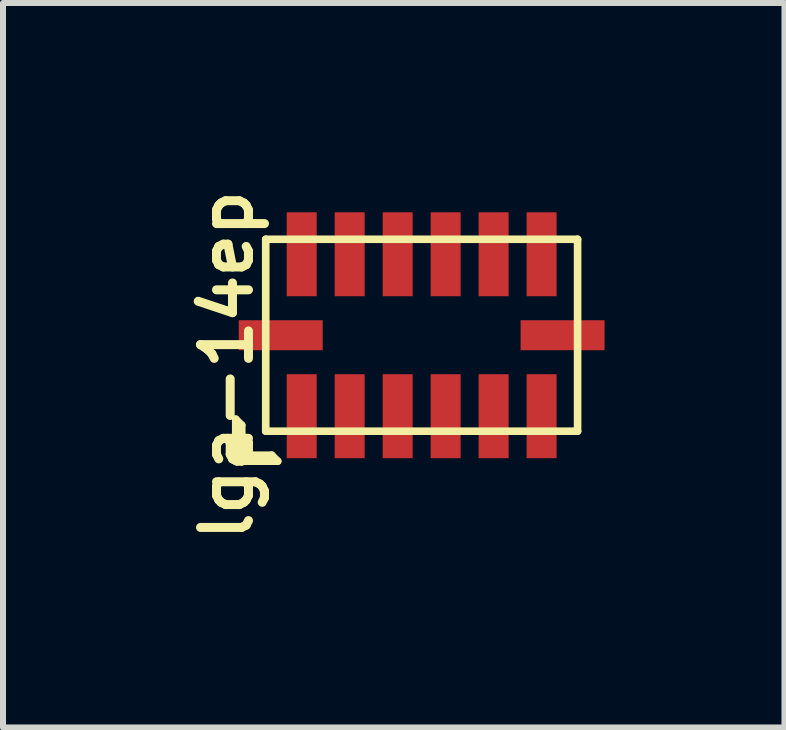
<source format=kicad_pcb>
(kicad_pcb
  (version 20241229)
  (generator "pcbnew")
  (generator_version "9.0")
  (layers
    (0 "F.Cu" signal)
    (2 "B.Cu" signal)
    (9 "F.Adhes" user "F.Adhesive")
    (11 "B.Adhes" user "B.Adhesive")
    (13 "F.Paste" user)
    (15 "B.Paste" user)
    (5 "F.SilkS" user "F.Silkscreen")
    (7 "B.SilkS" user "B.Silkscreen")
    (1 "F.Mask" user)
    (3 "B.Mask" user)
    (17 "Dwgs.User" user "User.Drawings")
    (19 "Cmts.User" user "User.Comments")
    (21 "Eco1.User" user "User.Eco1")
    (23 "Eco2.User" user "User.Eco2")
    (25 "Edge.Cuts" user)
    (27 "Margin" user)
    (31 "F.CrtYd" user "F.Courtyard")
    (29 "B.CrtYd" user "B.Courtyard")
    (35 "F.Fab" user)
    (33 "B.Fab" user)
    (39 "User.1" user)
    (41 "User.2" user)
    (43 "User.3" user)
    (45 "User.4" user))
  (footprint "lga-14ep"
    (layer "F.Cu")
    (at 3.981 2.54)
    (property "Reference" "lga-14ep" (at -3.25 0.5 90) (layer "F.SilkS") (effects (font (size 0.8 0.8) (thickness 0.15))))
    (attr through_hole)
    (fp_line (start -3.1 1.4) (end -3 1.5) (stroke (width 0.127) (type solid)) (layer "F.SilkS"))
    (fp_line (start -3.1 2.1) (end -3.1 1.4) (stroke (width 0.127) (type solid)) (layer "F.SilkS"))
    (fp_line (start -3 1.5) (end -3 2) (stroke (width 0.127) (type solid)) (layer "F.SilkS"))
    (fp_line (start -3 2) (end -2.5 2) (stroke (width 0.127) (type solid)) (layer "F.SilkS"))
    (fp_line (start -2.6 -1.6) (end 2.6 -1.6) (stroke (width 0.127) (type solid)) (layer "F.SilkS"))
    (fp_line (start -2.6 1.6) (end -2.6 -1.6) (stroke (width 0.127) (type solid)) (layer "F.SilkS"))
    (fp_line (start -2.5 2) (end -2.4 2.1) (stroke (width 0.127) (type solid)) (layer "F.SilkS"))
    (fp_line (start -2.4 2.1) (end -3.1 2.1) (stroke (width 0.127) (type solid)) (layer "F.SilkS"))
    (fp_line (start 2.6 -1.6) (end 2.6 1.6) (stroke (width 0.127) (type solid)) (layer "F.SilkS"))
    (fp_line (start 2.6 1.6) (end -2.6 1.6) (stroke (width 0.127) (type solid)) (layer "F.SilkS"))
    (pad "1" smd rect (at -2 1.35) (size 0.5 1.4) (layers "F.Cu" "F.Mask" "F.Paste"))
    (pad "2" smd rect (at -1.2 1.35) (size 0.5 1.4) (layers "F.Cu" "F.Mask" "F.Paste"))
    (pad "3" smd rect (at -0.4 1.35) (size 0.5 1.4) (layers "F.Cu" "F.Mask" "F.Paste"))
    (pad "4" smd rect (at 0.4 1.35) (size 0.5 1.4) (layers "F.Cu" "F.Mask" "F.Paste"))
    (pad "5" smd rect (at 1.2 1.35) (size 0.5 1.4) (layers "F.Cu" "F.Mask" "F.Paste"))
    (pad "6" smd rect (at 2 1.35) (size 0.5 1.4) (layers "F.Cu" "F.Mask" "F.Paste"))
    (pad "7" smd rect (at 2.35 0) (size 1.4 0.5) (layers "F.Cu" "F.Mask" "F.Paste"))
    (pad "8" smd rect (at 2 -1.35) (size 0.5 1.4) (layers "F.Cu" "F.Mask" "F.Paste"))
    (pad "9" smd rect (at 1.2 -1.35) (size 0.5 1.4) (layers "F.Cu" "F.Mask" "F.Paste"))
    (pad "10" smd rect (at 0.4 -1.35) (size 0.5 1.4) (layers "F.Cu" "F.Mask" "F.Paste"))
    (pad "11" smd rect (at -0.4 -1.35) (size 0.5 1.4) (layers "F.Cu" "F.Mask" "F.Paste"))
    (pad "12" smd rect (at -1.2 -1.35) (size 0.5 1.4) (layers "F.Cu" "F.Mask" "F.Paste"))
    (pad "13" smd rect (at -2 -1.35) (size 0.5 1.4) (layers "F.Cu" "F.Mask" "F.Paste"))
    (pad "14" smd rect (at -2.35 0) (size 1.4 0.5) (layers "F.Cu" "F.Mask" "F.Paste")))
  (gr_rect
    (start -3 -3)
    (end 10.031 9.08)
    (stroke (width 0.1) (type default))
    (fill no)
    (layer "Edge.Cuts")))
</source>
